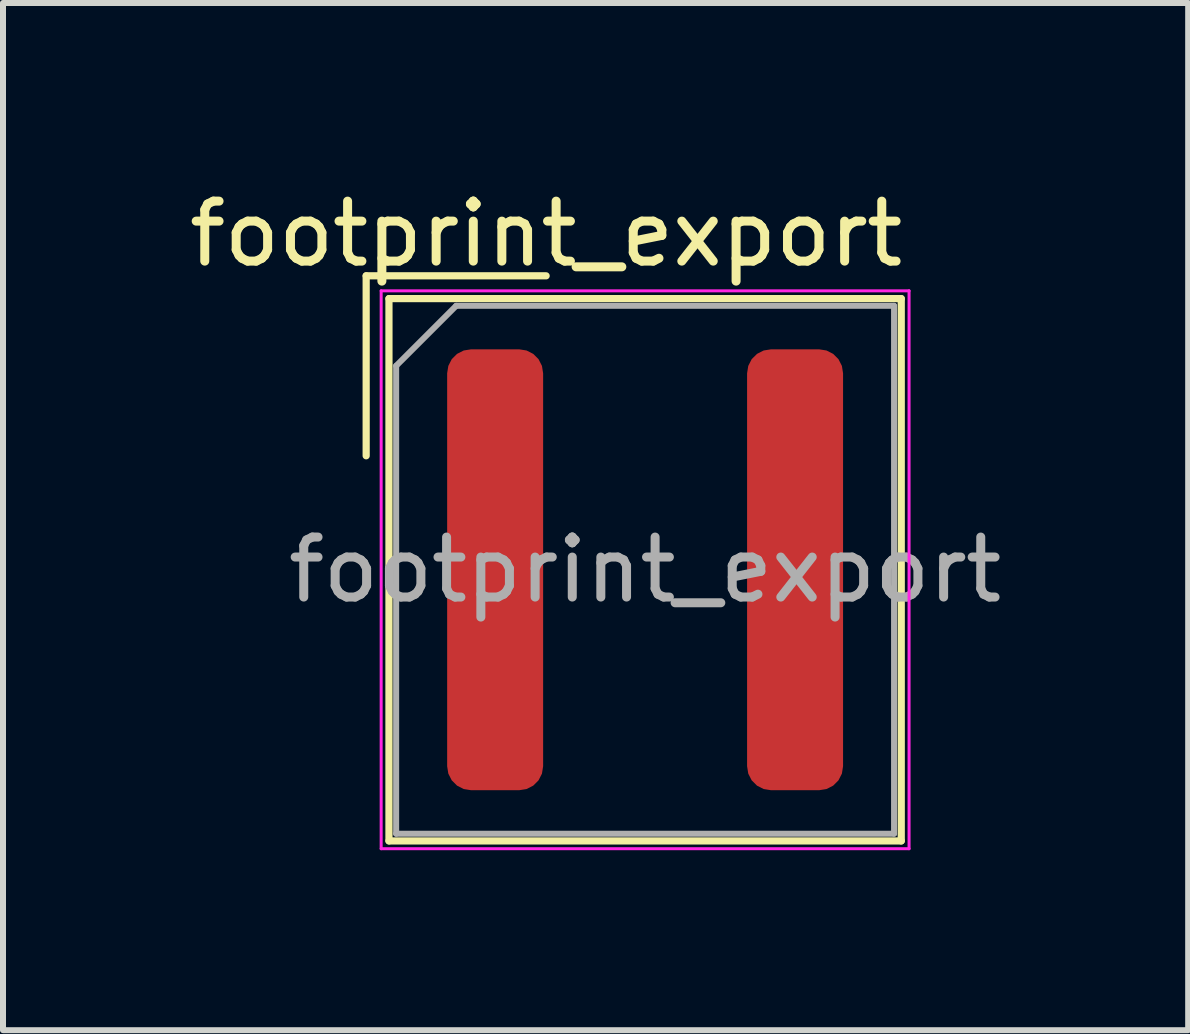
<source format=kicad_pcb>
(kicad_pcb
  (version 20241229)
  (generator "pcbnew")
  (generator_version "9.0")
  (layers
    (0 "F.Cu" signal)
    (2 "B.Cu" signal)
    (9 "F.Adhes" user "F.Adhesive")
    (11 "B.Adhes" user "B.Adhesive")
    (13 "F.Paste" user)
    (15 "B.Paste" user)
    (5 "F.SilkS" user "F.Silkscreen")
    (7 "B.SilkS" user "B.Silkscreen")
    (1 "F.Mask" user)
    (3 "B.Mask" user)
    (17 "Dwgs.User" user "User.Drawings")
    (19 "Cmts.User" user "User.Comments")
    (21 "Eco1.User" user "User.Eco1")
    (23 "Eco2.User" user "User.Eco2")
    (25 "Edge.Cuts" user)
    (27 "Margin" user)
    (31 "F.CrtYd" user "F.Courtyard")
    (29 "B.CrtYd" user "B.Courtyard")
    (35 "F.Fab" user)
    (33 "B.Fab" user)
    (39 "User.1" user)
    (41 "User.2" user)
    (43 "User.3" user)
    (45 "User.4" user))
  (footprint "footprint_export"
    (layer "F.Cu")
    (at 7.704 6.448)
    (property "Reference" "footprint_export" (at -1.65 -5.6 0) (layer "F.SilkS") (effects (font (size 1 1) (thickness 0.15))))
    (attr smd)
    (fp_line (start -4.65 -4.9) (end -1.65 -4.9) (stroke (width 0.12) (type solid)) (layer "F.SilkS"))
    (fp_line (start -4.65 -1.9) (end -4.65 -4.9) (stroke (width 0.12) (type solid)) (layer "F.SilkS"))
    (fp_line (start -4.27 -4.52) (end -4.27 4.52) (stroke (width 0.12) (type solid)) (layer "F.SilkS"))
    (fp_line (start -4.27 -4.52) (end 4.27 -4.52) (stroke (width 0.12) (type solid)) (layer "F.SilkS"))
    (fp_line (start -4.27 4.52) (end 4.27 4.52) (stroke (width 0.12) (type solid)) (layer "F.SilkS"))
    (fp_line (start 4.27 -4.52) (end 4.27 4.52) (stroke (width 0.12) (type solid)) (layer "F.SilkS"))
    (fp_line (start -4.4 -4.65) (end -4.4 4.65) (stroke (width 0.05) (type solid)) (layer "F.CrtYd"))
    (fp_line (start -4.4 -4.65) (end 4.4 -4.65) (stroke (width 0.05) (type solid)) (layer "F.CrtYd"))
    (fp_line (start -4.4 4.65) (end 4.4 4.65) (stroke (width 0.05) (type solid)) (layer "F.CrtYd"))
    (fp_line (start 4.4 -4.65) (end 4.4 4.65) (stroke (width 0.05) (type solid)) (layer "F.CrtYd"))
    (fp_line (start -4.15 -3.4) (end -3.15 -4.4) (stroke (width 0.1) (type solid)) (layer "F.Fab"))
    (fp_line (start -4.15 4.4) (end -4.15 -3.4) (stroke (width 0.1) (type solid)) (layer "F.Fab"))
    (fp_line (start -3.15 -4.4) (end 4.15 -4.4) (stroke (width 0.1) (type solid)) (layer "F.Fab"))
    (fp_line (start 4.15 -4.4) (end 4.15 4.4) (stroke (width 0.1) (type solid)) (layer "F.Fab"))
    (fp_line (start 4.15 4.4) (end -4.15 4.4) (stroke (width 0.1) (type solid)) (layer "F.Fab"))
    (fp_text user "${REFERENCE}" (at 0 0 0) (layer "F.Fab") (effects (font (size 1 1) (thickness 0.15))))
    (pad "1" smd roundrect (at -2.5 0) (size 1.6 7.35) (layers "F.Cu" "F.Mask" "F.Paste") (roundrect_rratio 0.25))
    (pad "2" smd roundrect (at 2.5 0) (size 1.6 7.35) (layers "F.Cu" "F.Mask" "F.Paste") (roundrect_rratio 0.25)))
  (gr_rect
    (start -3 -3)
    (end 16.757 14.123)
    (stroke (width 0.1) (type default))
    (fill no)
    (layer "Edge.Cuts")))
</source>
